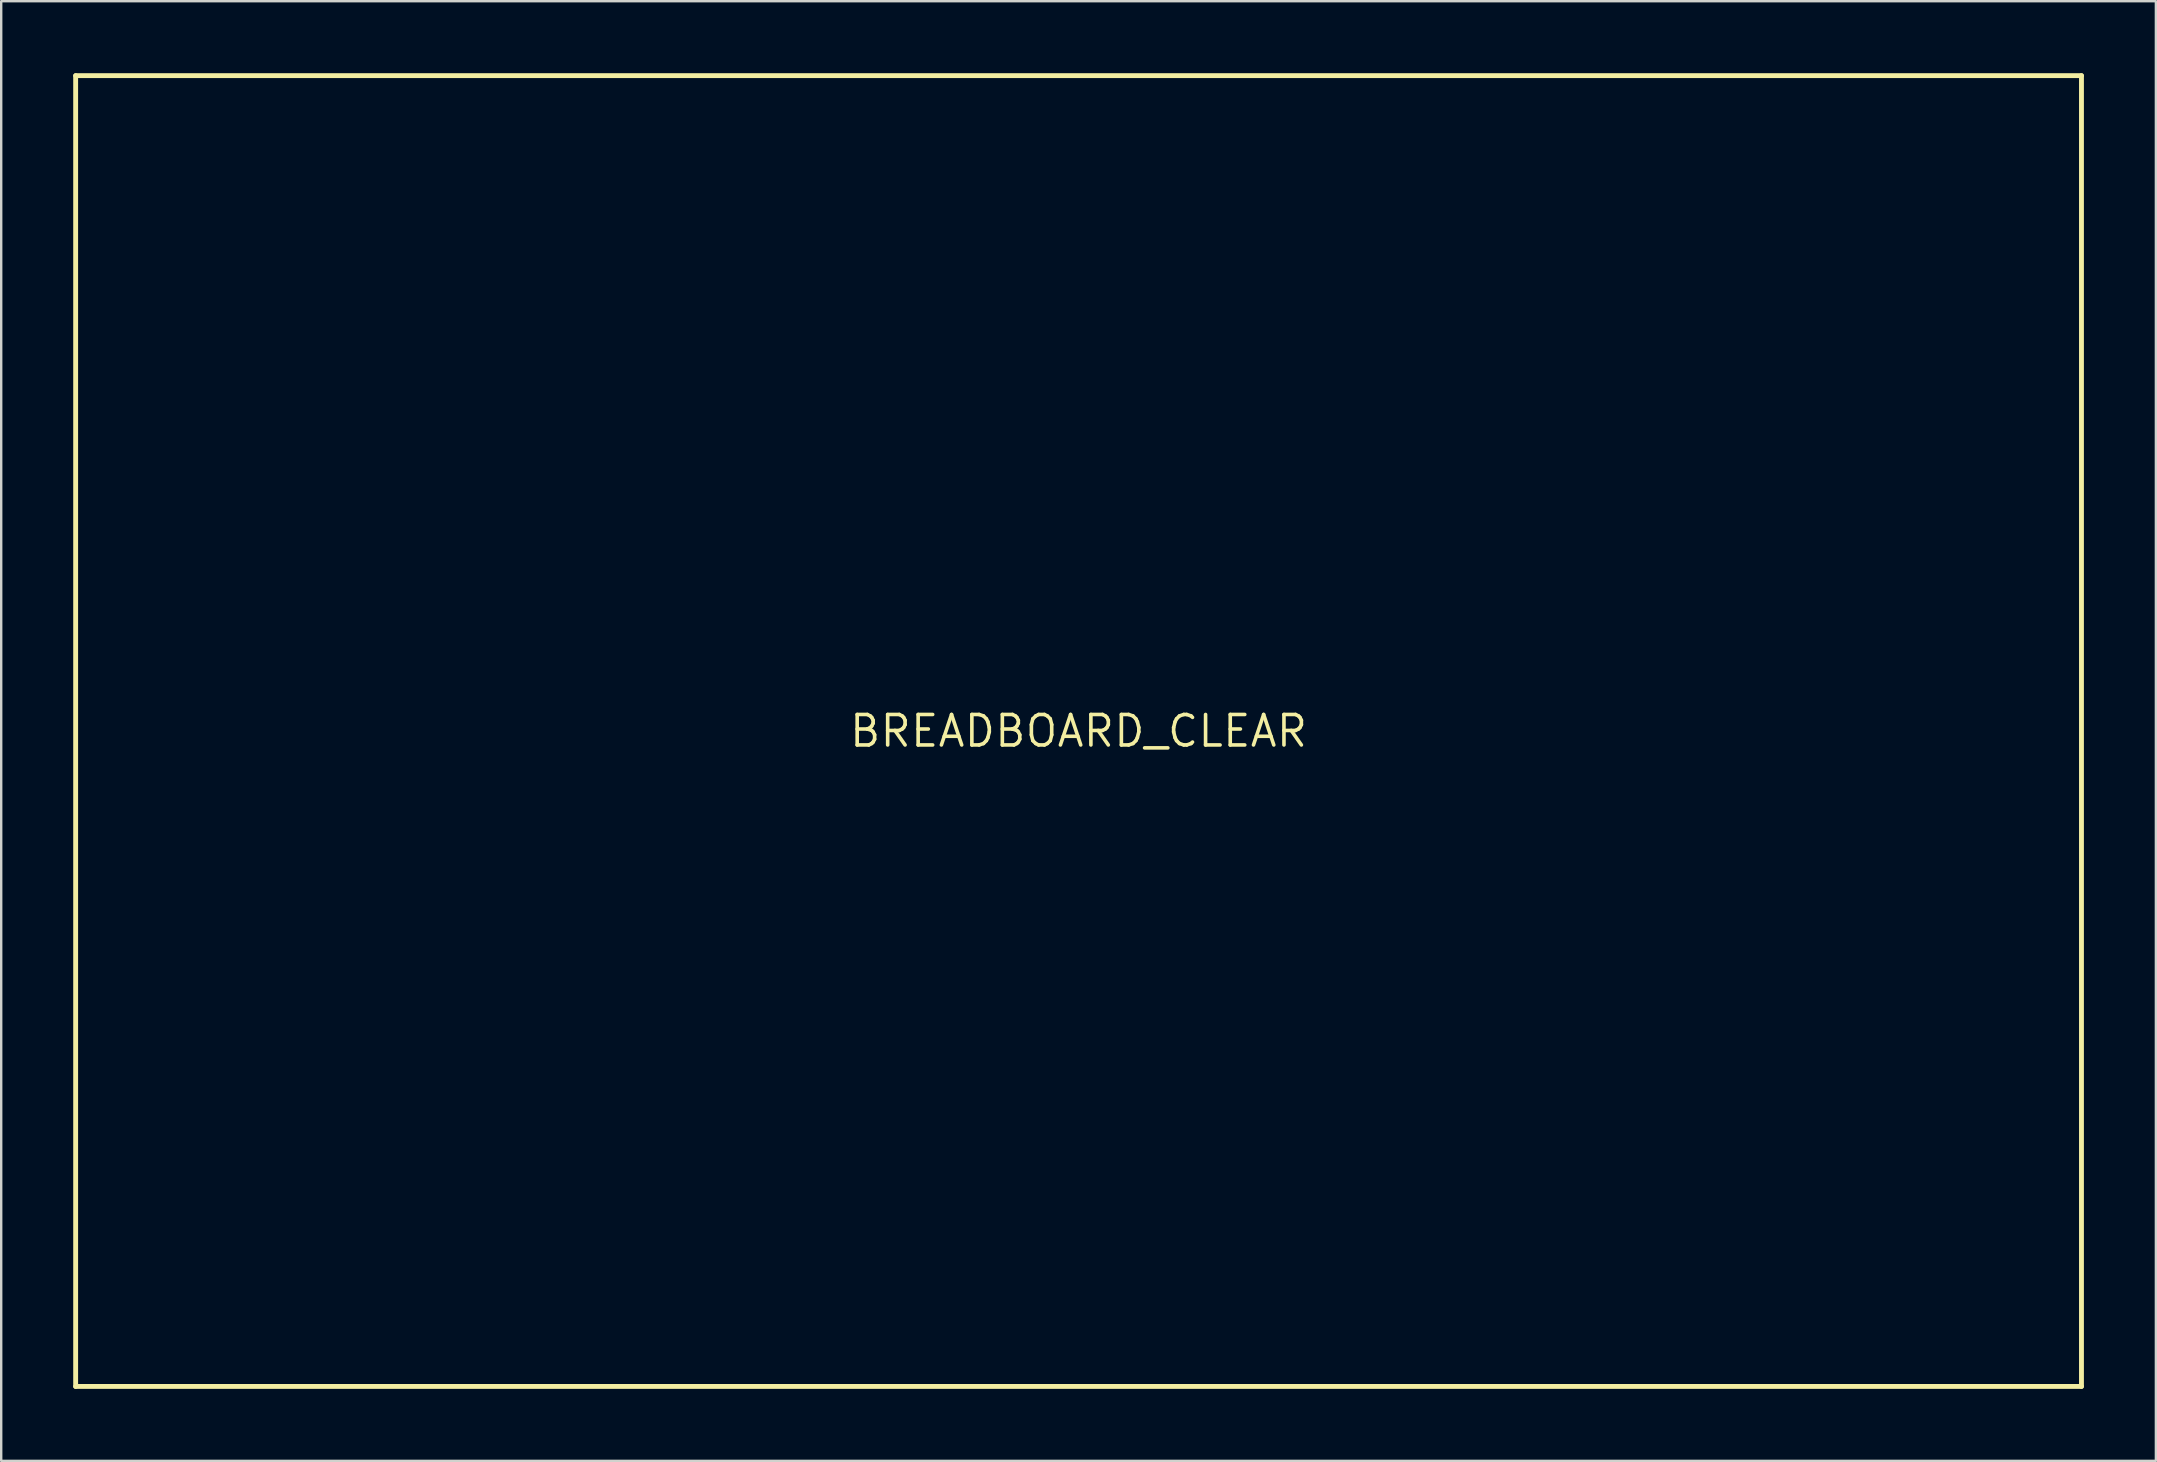
<source format=kicad_pcb>
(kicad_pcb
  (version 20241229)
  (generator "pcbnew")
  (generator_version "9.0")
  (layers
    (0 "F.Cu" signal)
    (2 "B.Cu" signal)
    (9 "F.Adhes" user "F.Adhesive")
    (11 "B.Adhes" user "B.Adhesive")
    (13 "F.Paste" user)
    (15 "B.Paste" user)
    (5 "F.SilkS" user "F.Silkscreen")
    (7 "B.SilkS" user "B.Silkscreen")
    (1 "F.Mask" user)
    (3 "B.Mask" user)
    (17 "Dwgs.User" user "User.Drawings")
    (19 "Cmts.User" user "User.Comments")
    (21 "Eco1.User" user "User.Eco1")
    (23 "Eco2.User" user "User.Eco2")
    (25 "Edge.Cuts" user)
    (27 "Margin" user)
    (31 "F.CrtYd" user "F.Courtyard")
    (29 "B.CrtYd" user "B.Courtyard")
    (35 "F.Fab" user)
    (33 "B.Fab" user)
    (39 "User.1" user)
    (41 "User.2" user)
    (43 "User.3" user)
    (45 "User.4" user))
  (footprint "BREADBOARD_CLEAR"
    (layer "F.Cu")
    (at 41.885 27.407)
    (property "Reference" "BREADBOARD_CLEAR" (at 0 0 0) (layer "F.SilkS") (effects (font (size 1.27 1.27) (thickness 0.15))))
    (fp_line (start -41.783 -27.305) (end -41.783 27.305) (stroke (width 0.203) (type solid)) (layer "F.SilkS"))
    (fp_line (start -41.783 27.305) (end 41.783 27.305) (stroke (width 0.203) (type solid)) (layer "F.SilkS"))
    (fp_line (start 41.783 -27.305) (end -41.783 -27.305) (stroke (width 0.203) (type solid)) (layer "F.SilkS"))
    (fp_line (start 41.783 27.305) (end 41.783 -27.305) (stroke (width 0.203) (type solid)) (layer "F.SilkS")))
  (gr_rect
    (start -3 -3)
    (end 86.769 57.813)
    (stroke (width 0.1) (type default))
    (fill no)
    (layer "Edge.Cuts")))
</source>
